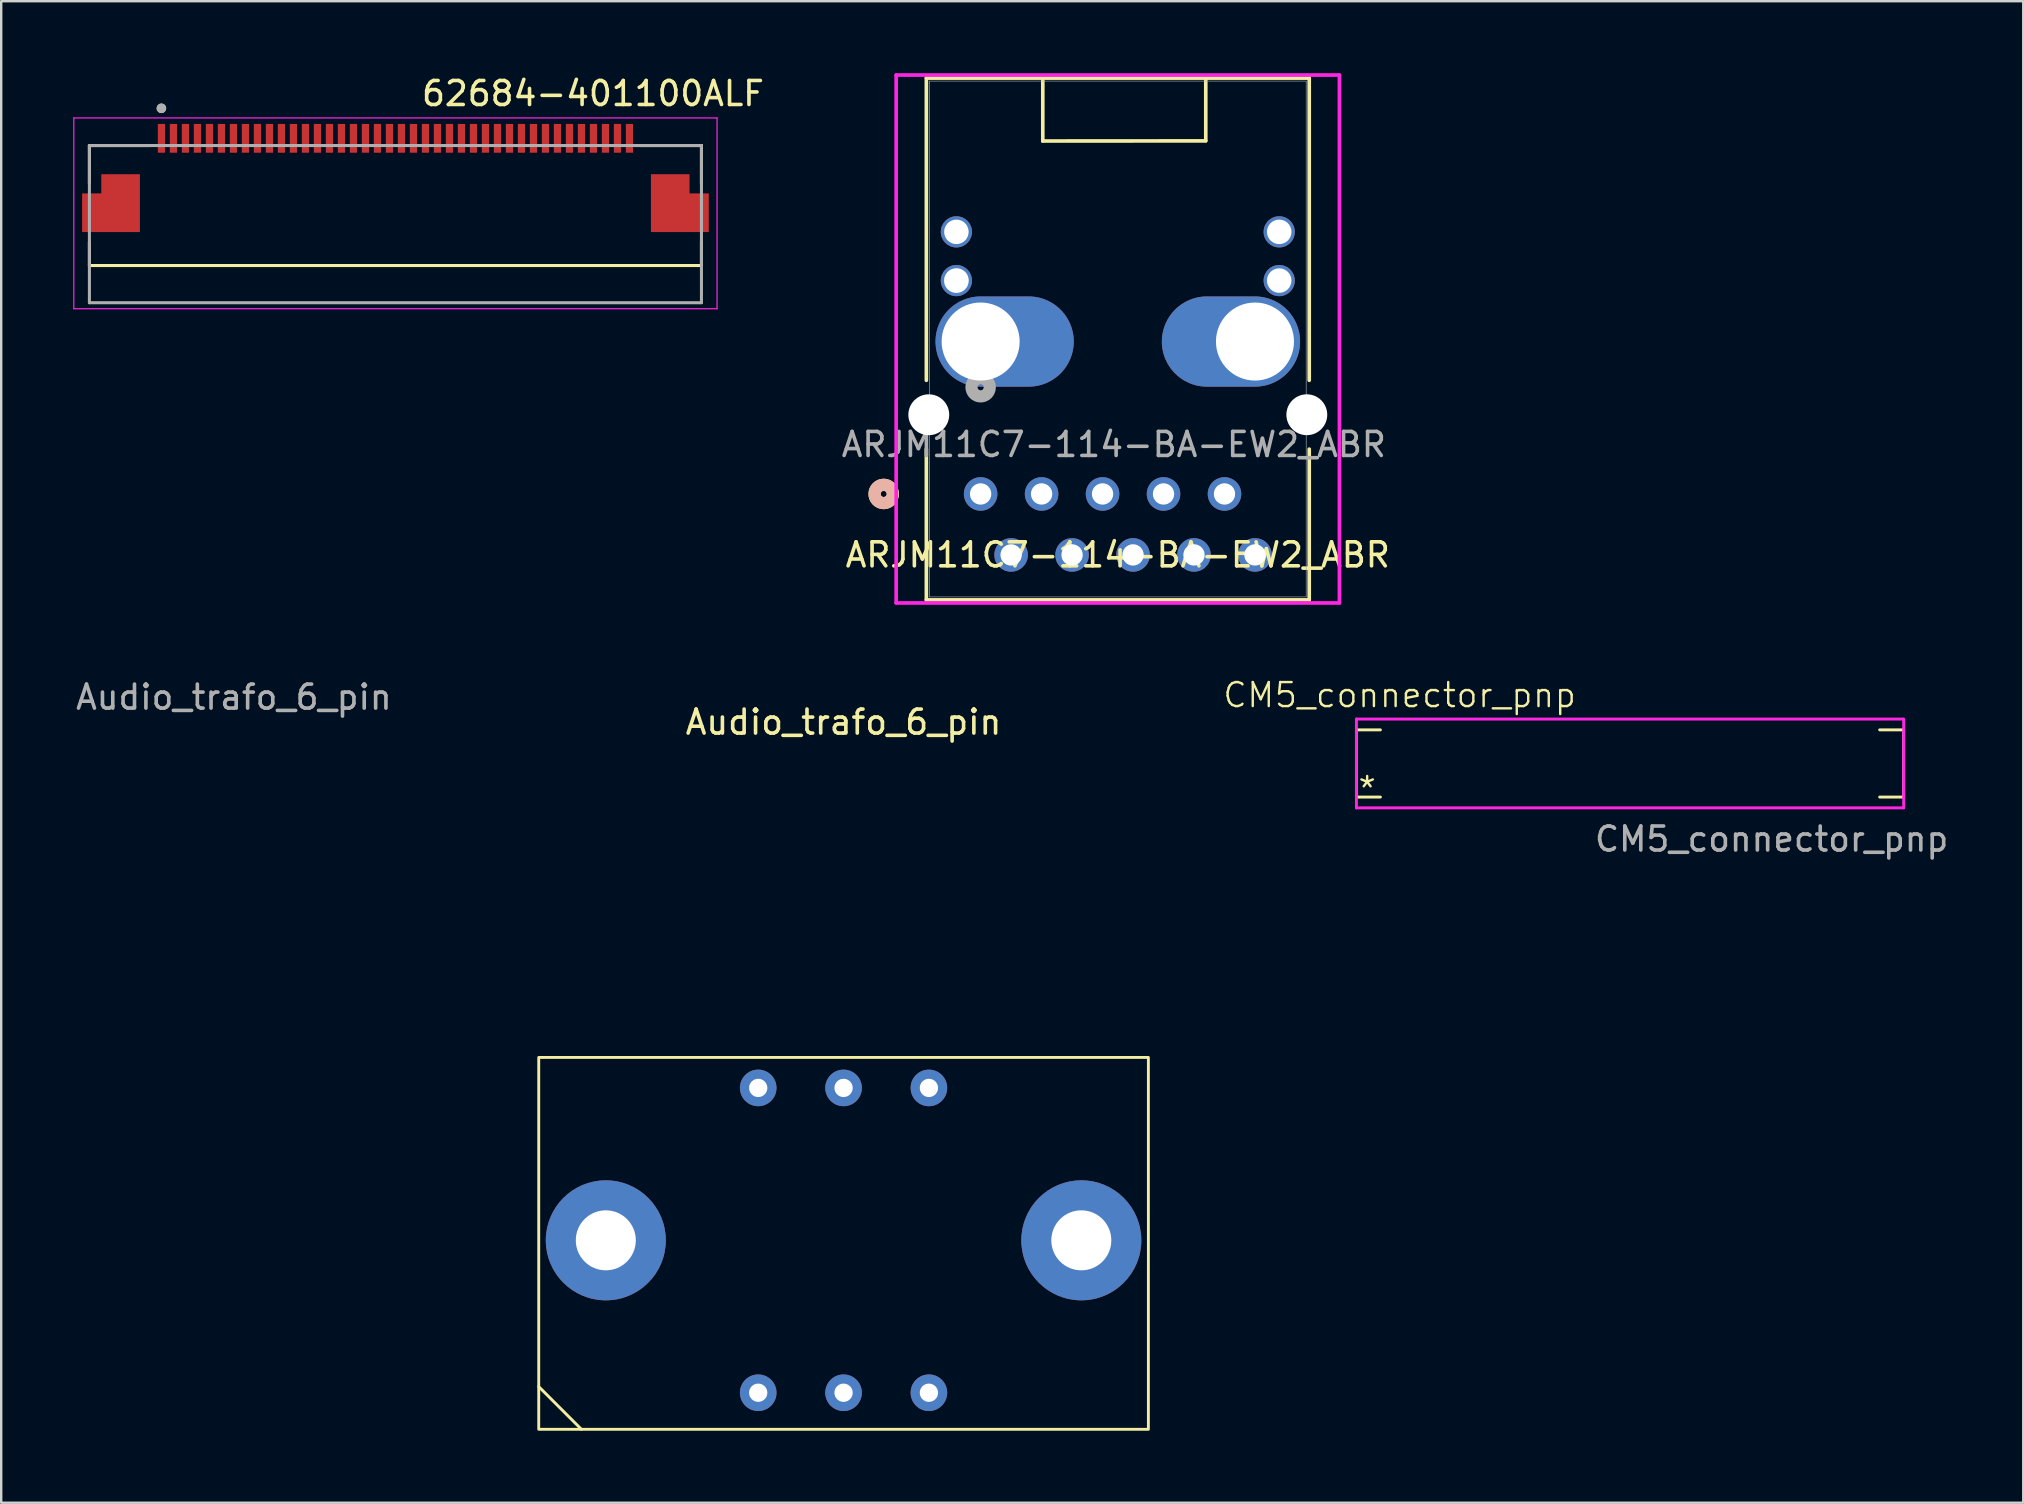
<source format=kicad_pcb>
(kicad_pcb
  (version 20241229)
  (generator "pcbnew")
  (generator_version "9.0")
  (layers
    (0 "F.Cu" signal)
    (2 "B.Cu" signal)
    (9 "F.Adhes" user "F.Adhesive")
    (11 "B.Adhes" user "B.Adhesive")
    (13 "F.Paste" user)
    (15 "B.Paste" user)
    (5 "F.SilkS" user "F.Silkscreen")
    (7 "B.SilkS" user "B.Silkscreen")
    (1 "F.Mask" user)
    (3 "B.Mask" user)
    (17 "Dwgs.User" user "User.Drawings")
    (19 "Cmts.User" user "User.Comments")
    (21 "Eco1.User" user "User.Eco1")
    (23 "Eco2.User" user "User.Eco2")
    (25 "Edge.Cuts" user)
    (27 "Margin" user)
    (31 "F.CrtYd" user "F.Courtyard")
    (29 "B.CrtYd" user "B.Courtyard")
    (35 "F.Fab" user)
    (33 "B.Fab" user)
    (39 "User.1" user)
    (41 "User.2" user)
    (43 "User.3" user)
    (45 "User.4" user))
  (footprint "Audio_trafo_6_pin"
    (layer "F.Cu")
    (at 32.096 48.627)
    (property "Reference" "Audio_trafo_6_pin" (at 0 -21.59 0) (unlocked yes) (layer "F.SilkS") (effects (font (size 1 1) (thickness 0.15))))
    (attr through_hole)
    (fp_line (start -12.7 6.096) (end -10.922 7.874) (stroke (width 0.12) (type solid)) (layer "F.SilkS"))
    (fp_rect (start -12.7 -7.62) (end 12.7 7.874) (stroke (width 0.12) (type solid)) (fill no) (layer "F.SilkS"))
    (fp_text user "${REFERENCE}" (at -25.4 -22.63 0) (unlocked yes) (layer "F.Fab") (effects (font (size 1 1) (thickness 0.15))))
    (pad "" thru_hole circle (at -9.906 0) (size 5 5) (drill 2.5) (layers "*.Cu" "*.Mask"))
    (pad "" thru_hole circle (at 9.906 0) (size 5 5) (drill 2.5) (layers "*.Cu" "*.Mask"))
    (pad "1" thru_hole circle (at -3.556 6.35) (size 1.524 1.524) (drill 0.762) (layers "*.Cu" "*.Mask"))
    (pad "2" thru_hole circle (at 0 6.35) (size 1.524 1.524) (drill 0.762) (layers "*.Cu" "*.Mask"))
    (pad "3" thru_hole circle (at 3.556 6.35) (size 1.524 1.524) (drill 0.762) (layers "*.Cu" "*.Mask"))
    (pad "4" thru_hole circle (at 3.556 -6.35) (size 1.524 1.524) (drill 0.762) (layers "*.Cu" "*.Mask"))
    (pad "5" thru_hole circle (at 0 -6.35) (size 1.524 1.524) (drill 0.762) (layers "*.Cu" "*.Mask"))
    (pad "6" thru_hole circle (at -3.556 -6.35) (size 1.524 1.524) (drill 0.762) (layers "*.Cu" "*.Mask")))
  (footprint "CM5_connector_pnp"
    (layer "F.Cu")
    (at 64.764 28.909)
    (property "Reference" "CM5_connector_pnp" (at -9.5 -3 0) (unlocked yes) (layer "F.SilkS") (effects (font (size 1 1) (thickness 0.1))))
    (attr smd)
    (fp_line (start -11.3 -1.55) (end -10.3 -1.55) (stroke (width 0.12) (type solid)) (layer "F.SilkS"))
    (fp_line (start -11.3 1.25) (end -11.3 -1.55) (stroke (width 0.12) (type solid)) (layer "F.SilkS"))
    (fp_line (start -11.3 1.25) (end -10.3 1.25) (stroke (width 0.12) (type solid)) (layer "F.SilkS"))
    (fp_line (start 11.5 -1.55) (end 10.5 -1.55) (stroke (width 0.12) (type solid)) (layer "F.SilkS"))
    (fp_line (start 11.5 1.25) (end 10.5 1.25) (stroke (width 0.12) (type solid)) (layer "F.SilkS"))
    (fp_line (start 11.5 1.25) (end 11.5 -1.55) (stroke (width 0.12) (type solid)) (layer "F.SilkS"))
    (fp_line (start -11.3 -2) (end 11.5 -2) (stroke (width 0.12) (type solid)) (layer "F.CrtYd"))
    (fp_line (start -11.3 1.7) (end -11.3 -2) (stroke (width 0.12) (type solid)) (layer "F.CrtYd"))
    (fp_line (start 11.5 -2) (end 11.5 1.7) (stroke (width 0.12) (type solid)) (layer "F.CrtYd"))
    (fp_line (start 11.5 1.7) (end -11.3 1.7) (stroke (width 0.12) (type solid)) (layer "F.CrtYd"))
    (fp_text user "*" (at -11.3 1.5 0) (unlocked yes) (layer "F.SilkS") (effects (font (size 1 1) (thickness 0.1)) (justify left bottom)))
    (fp_text user "${REFERENCE}" (at 6 3 0) (unlocked yes) (layer "F.Fab") (effects (font (size 1 1) (thickness 0.15)))))
  (footprint "62684-401100ALF"
    (layer "F.Cu")
    (at 13.425 6.288)
    (property "Reference" "62684-401100ALF" (at 8.23 -5.44 0) (layer "F.SilkS") (effects (font (size 1 1) (thickness 0.15))))
    (attr smd)
    (fp_poly (pts (xy -10.55 -2.175) (xy -12.35 -2.175) (xy -12.35 -1.375) (xy -13.15 -1.375) (xy -13.15 0.425) (xy -10.55 0.425)) (stroke (width 0.01) (type solid)) (fill yes) (layer "F.Mask"))
    (fp_poly (pts (xy 10.55 -2.175) (xy 12.35 -2.175) (xy 12.35 -1.375) (xy 13.15 -1.375) (xy 13.15 0.425) (xy 10.55 0.425)) (stroke (width 0.01) (type solid)) (fill yes) (layer "F.Mask"))
    (fp_line (start -12.75 -3.275) (end -12.75 -1.695) (stroke (width 0.127) (type solid)) (layer "F.SilkS"))
    (fp_line (start -12.75 -3.275) (end -10.22 -3.275) (stroke (width 0.127) (type solid)) (layer "F.SilkS"))
    (fp_line (start -12.75 1.725) (end -12.75 0.745) (stroke (width 0.127) (type solid)) (layer "F.SilkS"))
    (fp_line (start 12.75 -3.275) (end 10.22 -3.275) (stroke (width 0.127) (type solid)) (layer "F.SilkS"))
    (fp_line (start 12.75 -1.695) (end 12.75 -3.275) (stroke (width 0.127) (type solid)) (layer "F.SilkS"))
    (fp_line (start 12.75 0.745) (end 12.75 1.725) (stroke (width 0.127) (type solid)) (layer "F.SilkS"))
    (fp_line (start 12.75 1.725) (end -12.75 1.725) (stroke (width 0.127) (type solid)) (layer "F.SilkS"))
    (fp_circle (center -9.75 -4.825) (end -9.65 -4.825) (stroke (width 0.2) (type solid)) (fill no) (layer "F.SilkS"))
    (fp_poly (pts (xy -10.65 -2.075) (xy -12.25 -2.075) (xy -12.25 -1.275) (xy -13.05 -1.275) (xy -13.05 0.325) (xy -10.65 0.325)) (stroke (width 0.01) (type solid)) (fill yes) (layer "F.Paste"))
    (fp_poly (pts (xy 10.65 -2.075) (xy 12.25 -2.075) (xy 12.25 -1.275) (xy 13.05 -1.275) (xy 13.05 0.325) (xy 10.65 0.325)) (stroke (width 0.01) (type solid)) (fill yes) (layer "F.Paste"))
    (fp_line (start -13.4 -4.425) (end 13.4 -4.425) (stroke (width 0.05) (type solid)) (layer "F.CrtYd"))
    (fp_line (start -13.4 3.525) (end -13.4 -4.425) (stroke (width 0.05) (type solid)) (layer "F.CrtYd"))
    (fp_line (start 13.4 -4.425) (end 13.4 3.525) (stroke (width 0.05) (type solid)) (layer "F.CrtYd"))
    (fp_line (start 13.4 3.525) (end -13.4 3.525) (stroke (width 0.05) (type solid)) (layer "F.CrtYd"))
    (fp_line (start -12.75 -3.275) (end 12.75 -3.275) (stroke (width 0.127) (type solid)) (layer "F.Fab"))
    (fp_line (start -12.75 3.275) (end -12.75 -3.275) (stroke (width 0.127) (type solid)) (layer "F.Fab"))
    (fp_line (start 12.75 -3.275) (end 12.75 3.275) (stroke (width 0.127) (type solid)) (layer "F.Fab"))
    (fp_line (start 12.75 3.275) (end -12.75 3.275) (stroke (width 0.127) (type solid)) (layer "F.Fab"))
    (fp_circle (center -9.75 -4.825) (end -9.65 -4.825) (stroke (width 0.2) (type solid)) (fill no) (layer "F.Fab"))
    (pad "01" smd rect (at -9.75 -3.575) (size 0.3 1.2) (layers "F.Cu" "F.Mask" "F.Paste"))
    (pad "02" smd rect (at -9.25 -3.575) (size 0.3 1.2) (layers "F.Cu" "F.Mask" "F.Paste"))
    (pad "03" smd rect (at -8.75 -3.575) (size 0.3 1.2) (layers "F.Cu" "F.Mask" "F.Paste"))
    (pad "04" smd rect (at -8.25 -3.575) (size 0.3 1.2) (layers "F.Cu" "F.Mask" "F.Paste"))
    (pad "05" smd rect (at -7.75 -3.575) (size 0.3 1.2) (layers "F.Cu" "F.Mask" "F.Paste"))
    (pad "06" smd rect (at -7.25 -3.575) (size 0.3 1.2) (layers "F.Cu" "F.Mask" "F.Paste"))
    (pad "07" smd rect (at -6.75 -3.575) (size 0.3 1.2) (layers "F.Cu" "F.Mask" "F.Paste"))
    (pad "08" smd rect (at -6.25 -3.575) (size 0.3 1.2) (layers "F.Cu" "F.Mask" "F.Paste"))
    (pad "09" smd rect (at -5.75 -3.575) (size 0.3 1.2) (layers "F.Cu" "F.Mask" "F.Paste"))
    (pad "10" smd rect (at -5.25 -3.575) (size 0.3 1.2) (layers "F.Cu" "F.Mask" "F.Paste"))
    (pad "11" smd rect (at -4.75 -3.575) (size 0.3 1.2) (layers "F.Cu" "F.Mask" "F.Paste"))
    (pad "12" smd rect (at -4.25 -3.575) (size 0.3 1.2) (layers "F.Cu" "F.Mask" "F.Paste"))
    (pad "13" smd rect (at -3.75 -3.575) (size 0.3 1.2) (layers "F.Cu" "F.Mask" "F.Paste"))
    (pad "14" smd rect (at -3.25 -3.575) (size 0.3 1.2) (layers "F.Cu" "F.Mask" "F.Paste"))
    (pad "15" smd rect (at -2.75 -3.575) (size 0.3 1.2) (layers "F.Cu" "F.Mask" "F.Paste"))
    (pad "16" smd rect (at -2.25 -3.575) (size 0.3 1.2) (layers "F.Cu" "F.Mask" "F.Paste"))
    (pad "17" smd rect (at -1.75 -3.575) (size 0.3 1.2) (layers "F.Cu" "F.Mask" "F.Paste"))
    (pad "18" smd rect (at -1.25 -3.575) (size 0.3 1.2) (layers "F.Cu" "F.Mask" "F.Paste"))
    (pad "19" smd rect (at -0.75 -3.575) (size 0.3 1.2) (layers "F.Cu" "F.Mask" "F.Paste"))
    (pad "20" smd rect (at -0.25 -3.575) (size 0.3 1.2) (layers "F.Cu" "F.Mask" "F.Paste"))
    (pad "21" smd rect (at 0.25 -3.575) (size 0.3 1.2) (layers "F.Cu" "F.Mask" "F.Paste"))
    (pad "22" smd rect (at 0.75 -3.575) (size 0.3 1.2) (layers "F.Cu" "F.Mask" "F.Paste"))
    (pad "23" smd rect (at 1.25 -3.575) (size 0.3 1.2) (layers "F.Cu" "F.Mask" "F.Paste"))
    (pad "24" smd rect (at 1.75 -3.575) (size 0.3 1.2) (layers "F.Cu" "F.Mask" "F.Paste"))
    (pad "25" smd rect (at 2.25 -3.575) (size 0.3 1.2) (layers "F.Cu" "F.Mask" "F.Paste"))
    (pad "26" smd rect (at 2.75 -3.575) (size 0.3 1.2) (layers "F.Cu" "F.Mask" "F.Paste"))
    (pad "27" smd rect (at 3.25 -3.575) (size 0.3 1.2) (layers "F.Cu" "F.Mask" "F.Paste"))
    (pad "28" smd rect (at 3.75 -3.575) (size 0.3 1.2) (layers "F.Cu" "F.Mask" "F.Paste"))
    (pad "29" smd rect (at 4.25 -3.575) (size 0.3 1.2) (layers "F.Cu" "F.Mask" "F.Paste"))
    (pad "30" smd rect (at 4.75 -3.575) (size 0.3 1.2) (layers "F.Cu" "F.Mask" "F.Paste"))
    (pad "31" smd rect (at 5.25 -3.575) (size 0.3 1.2) (layers "F.Cu" "F.Mask" "F.Paste"))
    (pad "32" smd rect (at 5.75 -3.575) (size 0.3 1.2) (layers "F.Cu" "F.Mask" "F.Paste"))
    (pad "33" smd rect (at 6.25 -3.575) (size 0.3 1.2) (layers "F.Cu" "F.Mask" "F.Paste"))
    (pad "34" smd rect (at 6.75 -3.575) (size 0.3 1.2) (layers "F.Cu" "F.Mask" "F.Paste"))
    (pad "35" smd rect (at 7.25 -3.575) (size 0.3 1.2) (layers "F.Cu" "F.Mask" "F.Paste"))
    (pad "36" smd rect (at 7.75 -3.575) (size 0.3 1.2) (layers "F.Cu" "F.Mask" "F.Paste"))
    (pad "37" smd rect (at 8.25 -3.575) (size 0.3 1.2) (layers "F.Cu" "F.Mask" "F.Paste"))
    (pad "38" smd rect (at 8.75 -3.575) (size 0.3 1.2) (layers "F.Cu" "F.Mask" "F.Paste"))
    (pad "39" smd rect (at 9.25 -3.575) (size 0.3 1.2) (layers "F.Cu" "F.Mask" "F.Paste"))
    (pad "40" smd rect (at 9.75 -3.575) (size 0.3 1.2) (layers "F.Cu" "F.Mask" "F.Paste"))
    (pad "S1" smd custom (at -11.45 -0.475) (size 1.4 1.4) (layers "F.Cu") (options (anchor rect)) (primitives (gr_poly (pts (xy 0.8 -1.6) (xy -0.8 -1.6) (xy -0.8 -0.8) (xy -1.6 -0.8) (xy -1.6 0.8) (xy 0.8 0.8)) (width 0.01) (fill yes))))
    (pad "S2" smd custom (at 11.45 -0.475) (size 1.4 1.4) (layers "F.Cu") (options (anchor rect)) (primitives (gr_poly (pts (xy -0.8 -1.6) (xy 0.8 -1.6) (xy 0.8 -0.8) (xy 1.6 -0.8) (xy 1.6 0.8) (xy -0.8 0.8)) (width 0.01) (fill yes)))))
  (footprint "ARJM11C7-114-BA-EW2_ABR"
    (layer "F.Cu")
    (at 37.807 17.53)
    (property "Reference" "ARJM11C7-114-BA-EW2_ABR" (at 5.715 2.54 0) (unlocked yes) (layer "F.SilkS") (effects (font (size 1 1) (thickness 0.15))))
    (attr through_hole)
    (fp_line (start -2.261 -17.327) (end -2.261 -4.734) (stroke (width 0.152) (type solid)) (layer "F.SilkS"))
    (fp_line (start -2.261 -1.866) (end -2.261 4.415) (stroke (width 0.152) (type solid)) (layer "F.SilkS"))
    (fp_line (start -2.261 4.415) (end 13.691 4.415) (stroke (width 0.152) (type solid)) (layer "F.SilkS"))
    (fp_line (start 2.59 -17.235) (end 2.59 -14.705) (stroke (width 0.152) (type solid)) (layer "F.SilkS"))
    (fp_line (start 9.38 -17.25) (end 9.38 -14.72) (stroke (width 0.152) (type solid)) (layer "F.SilkS"))
    (fp_line (start 9.38 -14.71) (end 2.59 -14.705) (stroke (width 0.152) (type solid)) (layer "F.SilkS"))
    (fp_line (start 13.691 -17.327) (end -2.261 -17.327) (stroke (width 0.152) (type solid)) (layer "F.SilkS"))
    (fp_line (start 13.691 -4.734) (end 13.691 -17.327) (stroke (width 0.152) (type solid)) (layer "F.SilkS"))
    (fp_line (start 13.691 4.415) (end 13.691 -1.866) (stroke (width 0.152) (type solid)) (layer "F.SilkS"))
    (fp_circle (center -4.039 0) (end -3.658 0) (stroke (width 0.508) (type solid)) (fill no) (layer "F.SilkS"))
    (fp_circle (center -4.039 0) (end -3.658 0) (stroke (width 0.508) (type solid)) (fill no) (layer "B.SilkS"))
    (fp_line (start -3.519 -17.454) (end -3.519 4.542) (stroke (width 0.152) (type solid)) (layer "F.CrtYd"))
    (fp_line (start -3.519 4.542) (end 14.949 4.542) (stroke (width 0.152) (type solid)) (layer "F.CrtYd"))
    (fp_line (start 14.949 -17.454) (end -3.519 -17.454) (stroke (width 0.152) (type solid)) (layer "F.CrtYd"))
    (fp_line (start 14.949 4.542) (end 14.949 -17.454) (stroke (width 0.152) (type solid)) (layer "F.CrtYd"))
    (fp_line (start -2.134 -17.2) (end -2.134 4.288) (stroke (width 0.025) (type solid)) (layer "F.Fab"))
    (fp_line (start -2.134 4.288) (end 13.564 4.288) (stroke (width 0.025) (type solid)) (layer "F.Fab"))
    (fp_line (start 13.564 -17.2) (end -2.134 -17.2) (stroke (width 0.025) (type solid)) (layer "F.Fab"))
    (fp_line (start 13.564 4.288) (end 13.564 -17.2) (stroke (width 0.025) (type solid)) (layer "F.Fab"))
    (fp_circle (center 0 -4.445) (end 0.381 -4.445) (stroke (width 0.508) (type solid)) (fill no) (layer "F.Fab"))
    (fp_text user "${REFERENCE}" (at 5.55 -2.06 0) (unlocked yes) (layer "F.Fab") (effects (font (size 1 1) (thickness 0.15))))
    (pad "" np_thru_hole circle (at -2.16 -3.3) (size 1.702 1.702) (drill 1.702) (layers "*.Cu" "*.Mask"))
    (pad "" np_thru_hole circle (at 13.59 -3.3) (size 1.702 1.702) (drill 1.702) (layers "*.Cu" "*.Mask"))
    (pad "1" thru_hole circle (at 0 0) (size 1.397 1.397) (drill 0.889) (layers "*.Cu" "*.Mask"))
    (pad "2" thru_hole circle (at 1.27 2.54) (size 1.397 1.397) (drill 0.889) (layers "*.Cu" "*.Mask"))
    (pad "3" thru_hole circle (at 2.54 0) (size 1.397 1.397) (drill 0.889) (layers "*.Cu" "*.Mask"))
    (pad "4" thru_hole circle (at 3.81 2.54) (size 1.397 1.397) (drill 0.889) (layers "*.Cu" "*.Mask"))
    (pad "5" thru_hole circle (at 5.08 0) (size 1.397 1.397) (drill 0.889) (layers "*.Cu" "*.Mask"))
    (pad "6" thru_hole circle (at 6.35 2.54) (size 1.397 1.397) (drill 0.889) (layers "*.Cu" "*.Mask"))
    (pad "7" thru_hole circle (at 7.62 0) (size 1.397 1.397) (drill 0.889) (layers "*.Cu" "*.Mask"))
    (pad "8" thru_hole circle (at 8.89 2.54) (size 1.397 1.397) (drill 0.889) (layers "*.Cu" "*.Mask"))
    (pad "9" thru_hole circle (at 10.16 0) (size 1.397 1.397) (drill 0.889) (layers "*.Cu" "*.Mask"))
    (pad "10" thru_hole circle (at 11.43 2.54) (size 1.397 1.397) (drill 0.889) (layers "*.Cu" "*.Mask"))
    (pad "11" thru_hole circle (at -1.01 -8.89) (size 1.3 1.3) (drill 1.03) (layers "*.Cu" "*.Mask"))
    (pad "12" thru_hole circle (at -1.01 -10.92) (size 1.3 1.3) (drill 1.02) (layers "*.Cu" "*.Mask"))
    (pad "13" thru_hole circle (at 12.44 -8.89) (size 1.3 1.3) (drill 1.02) (layers "*.Cu" "*.Mask"))
    (pad "14" thru_hole circle (at 12.44 -10.92) (size 1.3 1.3) (drill 1.02) (layers "*.Cu" "*.Mask"))
    (pad "SH" thru_hole oval (at 0 -6.35 90) (size 3.759 5.759) (drill 3.251 (offset 0 1)) (layers "*.Cu" "*.Mask"))
    (pad "SH" thru_hole oval (at 11.43 -6.35 90) (size 3.759 5.759) (drill 3.251 (offset 0 -1)) (layers "*.Cu" "*.Mask")))
  (gr_rect
    (start -3 -3)
    (end 81.246 59.561)
    (stroke (width 0.1) (type default))
    (fill no)
    (layer "Edge.Cuts")))
</source>
